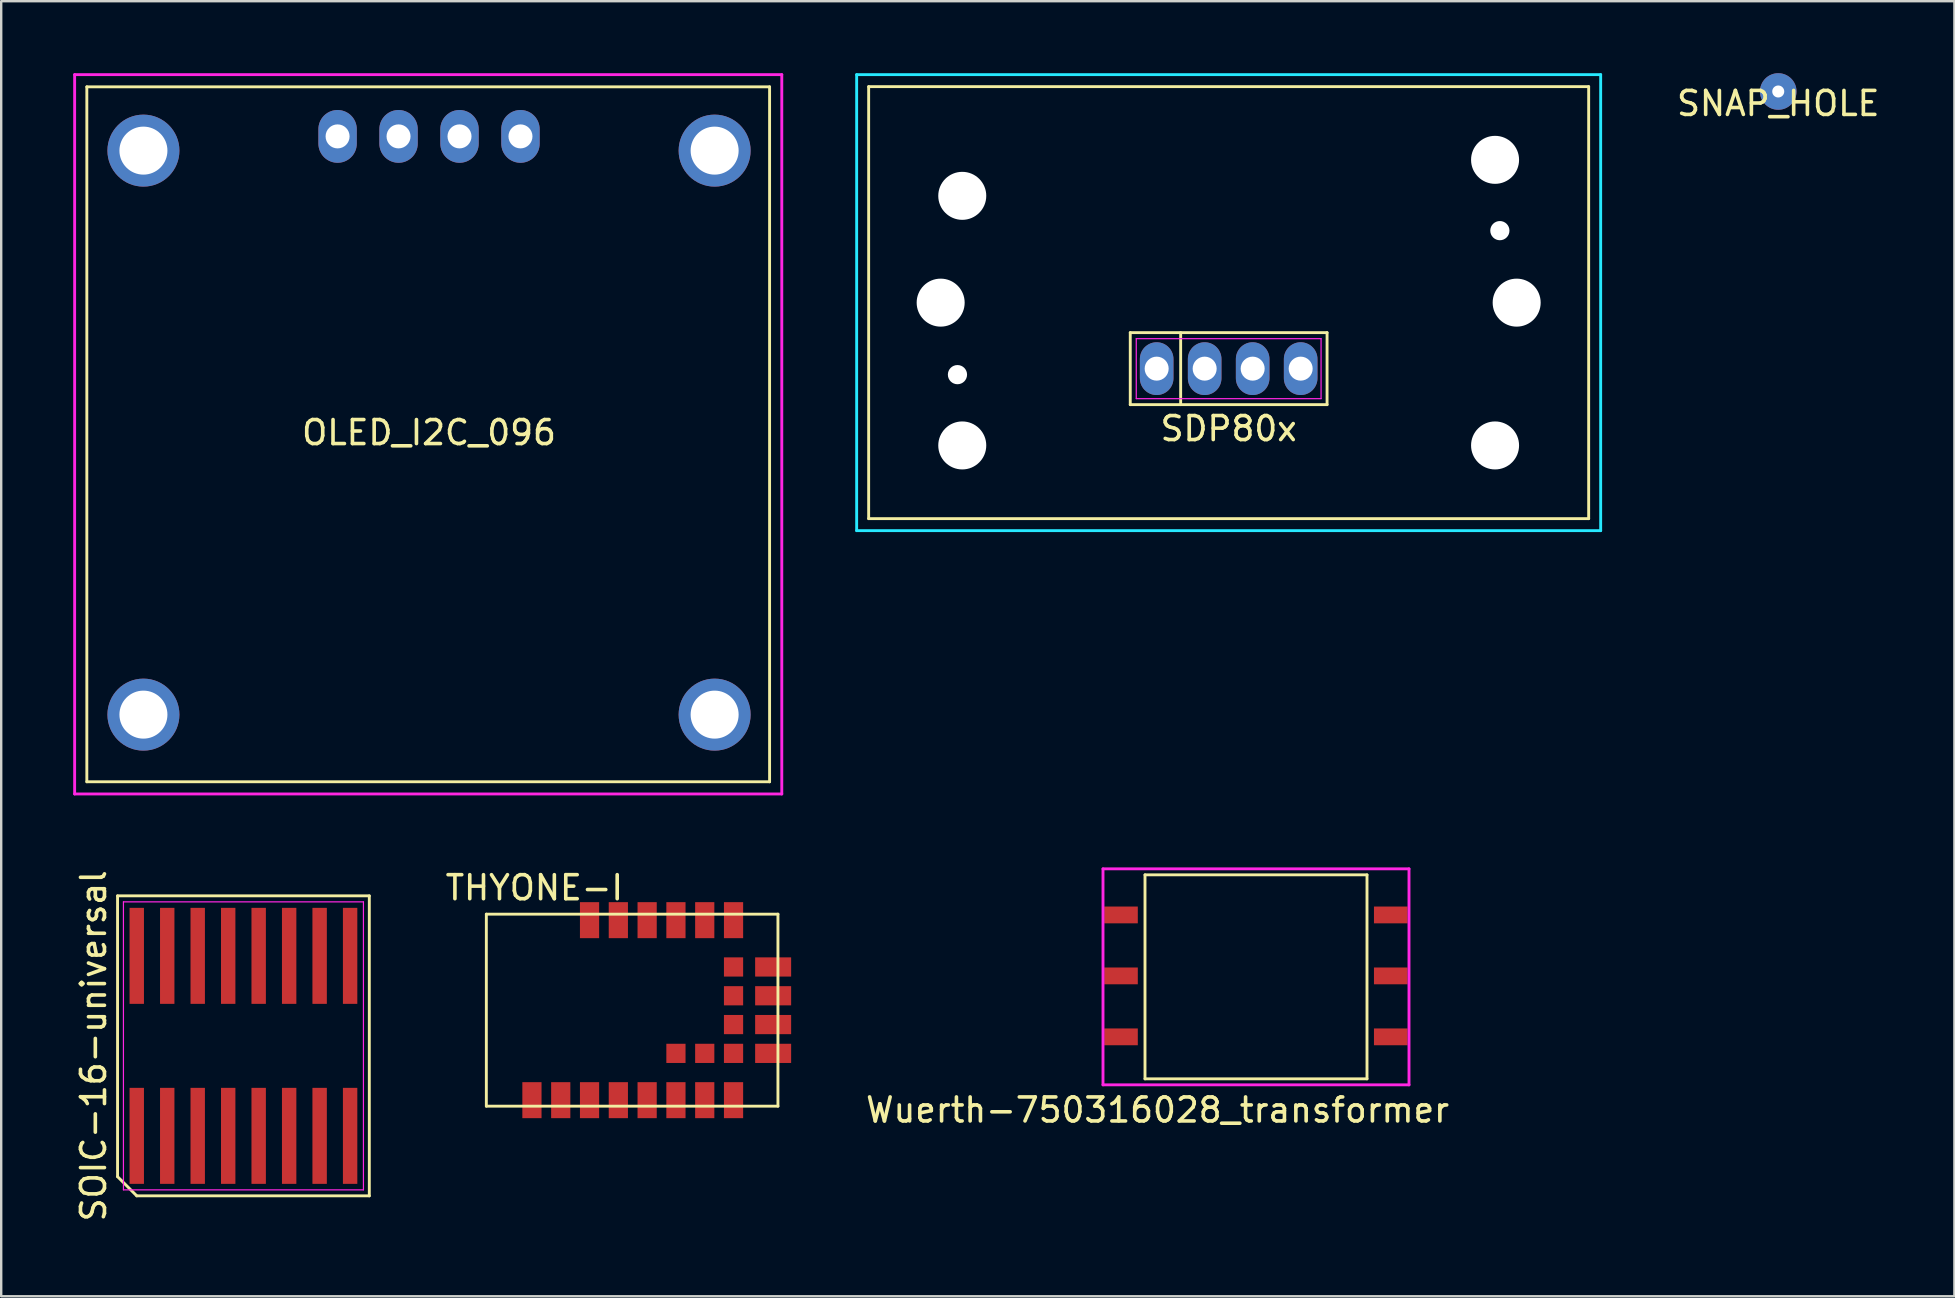
<source format=kicad_pcb>
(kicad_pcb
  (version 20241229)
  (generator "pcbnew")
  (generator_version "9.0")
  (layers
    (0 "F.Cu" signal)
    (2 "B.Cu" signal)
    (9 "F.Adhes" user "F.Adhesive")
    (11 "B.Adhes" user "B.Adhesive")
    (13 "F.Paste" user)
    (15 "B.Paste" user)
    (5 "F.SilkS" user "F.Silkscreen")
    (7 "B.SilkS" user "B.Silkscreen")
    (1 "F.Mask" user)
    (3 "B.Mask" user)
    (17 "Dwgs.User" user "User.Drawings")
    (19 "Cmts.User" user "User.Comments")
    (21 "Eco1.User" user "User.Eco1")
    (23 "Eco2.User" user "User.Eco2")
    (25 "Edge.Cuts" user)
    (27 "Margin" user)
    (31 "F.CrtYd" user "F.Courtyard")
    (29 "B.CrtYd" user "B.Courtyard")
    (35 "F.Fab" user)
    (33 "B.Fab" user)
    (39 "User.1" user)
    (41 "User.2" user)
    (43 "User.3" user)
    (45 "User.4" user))
  (footprint "OLED_I2C_096"
    (layer "F.Cu")
    (at 14.826 14.976)
    (property "Reference" "OLED_I2C_096" (at 0 0 0) (layer "F.SilkS") (effects (font (size 1 1) (thickness 0.15))))
    (attr through_hole)
    (fp_line (start -14.258 -14.408) (end 14.19 -14.408) (stroke (width 0.12) (type solid)) (layer "F.SilkS"))
    (fp_line (start -14.258 14.548) (end -14.258 -14.408) (stroke (width 0.12) (type solid)) (layer "F.SilkS"))
    (fp_line (start 14.19 -14.408) (end 14.19 14.548) (stroke (width 0.12) (type solid)) (layer "F.SilkS"))
    (fp_line (start 14.19 14.548) (end -14.258 14.548) (stroke (width 0.12) (type solid)) (layer "F.SilkS"))
    (fp_line (start -14.766 -14.916) (end 14.698 -14.916) (stroke (width 0.12) (type solid)) (layer "F.CrtYd"))
    (fp_line (start -14.766 15.056) (end -14.766 -14.916) (stroke (width 0.12) (type solid)) (layer "F.CrtYd"))
    (fp_line (start -14.766 15.056) (end 14.698 15.056) (stroke (width 0.12) (type solid)) (layer "F.CrtYd"))
    (fp_line (start 14.698 15.056) (end 14.698 -14.916) (stroke (width 0.12) (type solid)) (layer "F.CrtYd"))
    (pad "" np_thru_hole circle (at -11.9 -11.75) (size 3 3) (drill 2) (layers "*.Cu" "*.Mask"))
    (pad "" np_thru_hole circle (at -11.9 11.75) (size 3 3) (drill 2) (layers "*.Cu" "*.Mask"))
    (pad "" np_thru_hole circle (at 11.9 -11.75) (size 3 3) (drill 2) (layers "*.Cu" "*.Mask"))
    (pad "" np_thru_hole circle (at 11.9 11.75) (size 3 3) (drill 2) (layers "*.Cu" "*.Mask"))
    (pad "1" thru_hole oval (at -3.81 -12.343) (size 1.6 2.2) (drill 1) (layers "*.Cu" "*.Mask"))
    (pad "2" thru_hole oval (at -1.27 -12.343) (size 1.6 2.2) (drill 1) (layers "*.Cu" "*.Mask"))
    (pad "3" thru_hole oval (at 1.27 -12.343) (size 1.6 2.2) (drill 1) (layers "*.Cu" "*.Mask"))
    (pad "4" thru_hole oval (at 3.81 -12.343) (size 1.6 2.2) (drill 1) (layers "*.Cu" "*.Mask")))
  (footprint "THYONE-I"
    (layer "F.Cu")
    (at 19.114 43.04)
    (property "Reference" "THYONE-I" (at 0.1 -9.1 0) (layer "F.SilkS") (effects (font (size 1 1) (thickness 0.15))))
    (attr through_hole)
    (fp_line (start -1.9 -8) (end -1.9 0) (stroke (width 0.12) (type solid)) (layer "F.SilkS"))
    (fp_line (start -1.9 0) (end 10.25 0) (stroke (width 0.12) (type solid)) (layer "F.SilkS"))
    (fp_line (start 10.25 -8) (end -1.9 -8) (stroke (width 0.12) (type solid)) (layer "F.SilkS"))
    (fp_line (start 10.25 0) (end 10.25 -8) (stroke (width 0.12) (type solid)) (layer "F.SilkS"))
    (pad "1" smd rect (at 0 -0.25) (size 0.8 1.5) (layers "F.Cu" "F.Mask" "F.Paste"))
    (pad "2" smd rect (at 1.2 -0.25) (size 0.8 1.5) (layers "F.Cu" "F.Mask" "F.Paste"))
    (pad "3" smd rect (at 2.4 -0.25) (size 0.8 1.5) (layers "F.Cu" "F.Mask" "F.Paste"))
    (pad "4" smd rect (at 3.6 -0.25) (size 0.8 1.5) (layers "F.Cu" "F.Mask" "F.Paste"))
    (pad "5" smd rect (at 4.8 -0.25) (size 0.8 1.5) (layers "F.Cu" "F.Mask" "F.Paste"))
    (pad "6" smd rect (at 6 -0.25) (size 0.8 1.5) (layers "F.Cu" "F.Mask" "F.Paste"))
    (pad "7" smd rect (at 7.2 -0.25) (size 0.8 1.5) (layers "F.Cu" "F.Mask" "F.Paste"))
    (pad "8" smd rect (at 8.4 -0.25) (size 0.8 1.5) (layers "F.Cu" "F.Mask" "F.Paste"))
    (pad "9" smd rect (at 10.05 -2.2 270) (size 0.8 1.5) (layers "F.Cu" "F.Mask" "F.Paste"))
    (pad "10" smd rect (at 10.05 -3.4 270) (size 0.8 1.5) (layers "F.Cu" "F.Mask" "F.Paste"))
    (pad "11" smd rect (at 10.05 -4.6 270) (size 0.8 1.5) (layers "F.Cu" "F.Mask" "F.Paste"))
    (pad "12" smd rect (at 10.05 -5.8 270) (size 0.8 1.5) (layers "F.Cu" "F.Mask" "F.Paste"))
    (pad "13" smd rect (at 8.4 -7.75) (size 0.8 1.5) (layers "F.Cu" "F.Mask" "F.Paste"))
    (pad "14" smd rect (at 7.2 -7.75) (size 0.8 1.5) (layers "F.Cu" "F.Mask" "F.Paste"))
    (pad "15" smd rect (at 6 -7.75) (size 0.8 1.5) (layers "F.Cu" "F.Mask" "F.Paste"))
    (pad "16" smd rect (at 4.8 -7.75) (size 0.8 1.5) (layers "F.Cu" "F.Mask" "F.Paste"))
    (pad "17" smd rect (at 3.6 -7.75) (size 0.8 1.5) (layers "F.Cu" "F.Mask" "F.Paste"))
    (pad "18" smd rect (at 2.4 -7.75) (size 0.8 1.5) (layers "F.Cu" "F.Mask" "F.Paste"))
    (pad "19" smd rect (at 8.4 -5.8) (size 0.8 0.8) (layers "F.Cu" "F.Mask" "F.Paste"))
    (pad "B1" smd rect (at 6 -2.2) (size 0.8 0.8) (layers "F.Cu" "F.Mask" "F.Paste"))
    (pad "B2" smd rect (at 7.2 -2.2) (size 0.8 0.8) (layers "F.Cu" "F.Mask" "F.Paste"))
    (pad "B3" smd rect (at 8.4 -2.2) (size 0.8 0.8) (layers "F.Cu" "F.Mask" "F.Paste"))
    (pad "B4" smd rect (at 8.4 -3.4) (size 0.8 0.8) (layers "F.Cu" "F.Mask" "F.Paste"))
    (pad "B5" smd rect (at 8.4 -4.6) (size 0.8 0.8) (layers "F.Cu" "F.Mask" "F.Paste")))
  (footprint "SOIC-16-universal"
    (layer "F.Cu")
    (at 7.093 40.527)
    (property "Reference" "SOIC-16-universal" (at -6.245 0 90) (layer "F.SilkS") (effects (font (size 1 1) (thickness 0.15))))
    (attr smd)
    (fp_line (start -5.245 -6.25) (end 5.245 -6.25) (stroke (width 0.12) (type solid)) (layer "F.SilkS"))
    (fp_line (start -5.245 5.45) (end -5.245 -6.25) (stroke (width 0.12) (type solid)) (layer "F.SilkS"))
    (fp_line (start -4.445 6.25) (end -5.245 5.45) (stroke (width 0.12) (type solid)) (layer "F.SilkS"))
    (fp_line (start 5.245 -6.25) (end 5.245 6.25) (stroke (width 0.12) (type solid)) (layer "F.SilkS"))
    (fp_line (start 5.245 6.25) (end -4.445 6.25) (stroke (width 0.12) (type solid)) (layer "F.SilkS"))
    (fp_line (start -5 -6) (end 5 -6) (stroke (width 0.05) (type solid)) (layer "F.CrtYd"))
    (fp_line (start -5 6) (end -5 -6) (stroke (width 0.05) (type solid)) (layer "F.CrtYd"))
    (fp_line (start 5 -6) (end 5 6) (stroke (width 0.05) (type solid)) (layer "F.CrtYd"))
    (fp_line (start 5 6) (end -5 6) (stroke (width 0.05) (type solid)) (layer "F.CrtYd"))
    (pad "1" smd rect (at -4.445 3.75) (size 0.6 4) (layers "F.Cu" "F.Mask" "F.Paste"))
    (pad "2" smd rect (at -3.175 3.75) (size 0.6 4) (layers "F.Cu" "F.Mask" "F.Paste"))
    (pad "3" smd rect (at -1.905 3.75) (size 0.6 4) (layers "F.Cu" "F.Mask" "F.Paste"))
    (pad "4" smd rect (at -0.635 3.75) (size 0.6 4) (layers "F.Cu" "F.Mask" "F.Paste"))
    (pad "5" smd rect (at 0.635 3.75) (size 0.6 4) (layers "F.Cu" "F.Mask" "F.Paste"))
    (pad "6" smd rect (at 1.905 3.75) (size 0.6 4) (layers "F.Cu" "F.Mask" "F.Paste"))
    (pad "7" smd rect (at 3.175 3.75) (size 0.6 4) (layers "F.Cu" "F.Mask" "F.Paste"))
    (pad "8" smd rect (at 4.445 3.75) (size 0.6 4) (layers "F.Cu" "F.Mask" "F.Paste"))
    (pad "9" smd rect (at 4.445 -3.75) (size 0.6 4) (layers "F.Cu" "F.Mask" "F.Paste"))
    (pad "10" smd rect (at 3.175 -3.75) (size 0.6 4) (layers "F.Cu" "F.Mask" "F.Paste"))
    (pad "11" smd rect (at 1.905 -3.75) (size 0.6 4) (layers "F.Cu" "F.Mask" "F.Paste"))
    (pad "12" smd rect (at 0.635 -3.75) (size 0.6 4) (layers "F.Cu" "F.Mask" "F.Paste"))
    (pad "13" smd rect (at -0.635 -3.75) (size 0.6 4) (layers "F.Cu" "F.Mask" "F.Paste"))
    (pad "14" smd rect (at -1.905 -3.75) (size 0.6 4) (layers "F.Cu" "F.Mask" "F.Paste"))
    (pad "15" smd rect (at -3.175 -3.75) (size 0.6 4) (layers "F.Cu" "F.Mask" "F.Paste"))
    (pad "16" smd rect (at -4.445 -3.75) (size 0.6 4) (layers "F.Cu" "F.Mask" "F.Paste")))
  (footprint "SNAP_HOLE"
    (layer "F.Cu")
    (at 71.043 0.762)
    (property "Reference" "SNAP_HOLE" (at 0 0.5 0) (layer "F.SilkS") (effects (font (size 1 1) (thickness 0.15))))
    (attr through_hole)
    (pad "" np_thru_hole circle (at 0 0) (size 1.524 1.524) (drill 0.5) (layers "*.Cu" "*.Mask")))
  (footprint "SDP80x"
    (layer "F.Cu")
    (at 48.144 9.56)
    (property "Reference" "SDP80x" (at 0 5.25 0) (layer "F.SilkS") (effects (font (size 1 1) (thickness 0.15))))
    (attr through_hole)
    (fp_line (start -15 -9) (end 15 -9) (stroke (width 0.12) (type solid)) (layer "F.SilkS"))
    (fp_line (start -15 9) (end -15 -9) (stroke (width 0.12) (type solid)) (layer "F.SilkS"))
    (fp_line (start -4.1 1.25) (end 4.1 1.25) (stroke (width 0.12) (type solid)) (layer "F.SilkS"))
    (fp_line (start -4.1 4.25) (end -4.1 1.25) (stroke (width 0.12) (type solid)) (layer "F.SilkS"))
    (fp_line (start -2 1.25) (end -2 4.25) (stroke (width 0.12) (type solid)) (layer "F.SilkS"))
    (fp_line (start 4.1 1.25) (end 4.1 4.25) (stroke (width 0.12) (type solid)) (layer "F.SilkS"))
    (fp_line (start 4.1 4.25) (end -4.1 4.25) (stroke (width 0.12) (type solid)) (layer "F.SilkS"))
    (fp_line (start 15 -9) (end 15 9) (stroke (width 0.12) (type solid)) (layer "F.SilkS"))
    (fp_line (start 15 9) (end -15 9) (stroke (width 0.12) (type solid)) (layer "F.SilkS"))
    (fp_line (start -15.5 -9.5) (end 15.5 -9.5) (stroke (width 0.12) (type solid)) (layer "B.CrtYd"))
    (fp_line (start -15.5 9.5) (end -15.5 -9.5) (stroke (width 0.12) (type solid)) (layer "B.CrtYd"))
    (fp_line (start 15.5 -9.5) (end 15.5 9.5) (stroke (width 0.12) (type solid)) (layer "B.CrtYd"))
    (fp_line (start 15.5 9.5) (end -15.5 9.5) (stroke (width 0.12) (type solid)) (layer "B.CrtYd"))
    (fp_line (start -3.85 1.5) (end 3.85 1.5) (stroke (width 0.05) (type solid)) (layer "F.CrtYd"))
    (fp_line (start -3.85 4) (end -3.85 1.5) (stroke (width 0.05) (type solid)) (layer "F.CrtYd"))
    (fp_line (start 3.85 1.5) (end 3.85 4) (stroke (width 0.05) (type solid)) (layer "F.CrtYd"))
    (fp_line (start 3.85 4) (end -3.85 4) (stroke (width 0.05) (type solid)) (layer "F.CrtYd"))
    (pad "" np_thru_hole circle (at -12 0) (size 2 2) (drill 2) (layers "*.Cu" "*.Mask"))
    (pad "" np_thru_hole circle (at -11.3 3) (size 0.8 0.8) (drill 0.8) (layers "*.Cu" "*.Mask"))
    (pad "" np_thru_hole circle (at -11.1 -4.45) (size 2 2) (drill 2) (layers "*.Cu" "*.Mask"))
    (pad "" np_thru_hole circle (at -11.1 5.95) (size 2 2) (drill 2) (layers "*.Cu" "*.Mask"))
    (pad "" np_thru_hole circle (at 11.1 -5.95) (size 2 2) (drill 2) (layers "*.Cu" "*.Mask"))
    (pad "" np_thru_hole circle (at 11.1 5.95) (size 2 2) (drill 2) (layers "*.Cu" "*.Mask"))
    (pad "" np_thru_hole circle (at 11.3 -3) (size 0.8 0.8) (drill 0.8) (layers "*.Cu" "*.Mask"))
    (pad "" np_thru_hole circle (at 11.3 5.75) (size 0.8 0.8) (drill 0.8) (layers "*.Cu" "*.Mask"))
    (pad "" np_thru_hole circle (at 12 0) (size 2 2) (drill 2) (layers "*.Cu" "*.Mask"))
    (pad "1" thru_hole oval (at -3 2.75) (size 1.4 2.2) (drill 1) (layers "*.Cu" "*.Mask"))
    (pad "2" thru_hole oval (at -1 2.75) (size 1.4 2.2) (drill 1) (layers "*.Cu" "*.Mask"))
    (pad "3" thru_hole oval (at 1 2.75) (size 1.4 2.2) (drill 1) (layers "*.Cu" "*.Mask"))
    (pad "4" thru_hole oval (at 3 2.75) (size 1.4 2.2) (drill 1) (layers "*.Cu" "*.Mask")))
  (footprint "Wuerth-750316028_transformer"
    (layer "F.Cu")
    (at 43.658 40.152)
    (property "Reference" "Wuerth-750316028_transformer" (at 1.524 3.048 0) (layer "F.SilkS") (effects (font (size 1 1) (thickness 0.15))))
    (attr through_hole)
    (fp_line (start 1 -6.75) (end 1 1.75) (stroke (width 0.12) (type solid)) (layer "F.SilkS"))
    (fp_line (start 1 -6.75) (end 10.25 -6.75) (stroke (width 0.12) (type solid)) (layer "F.SilkS"))
    (fp_line (start 10.25 -6.75) (end 10.25 1.75) (stroke (width 0.12) (type solid)) (layer "F.SilkS"))
    (fp_line (start 10.25 1.75) (end 1 1.75) (stroke (width 0.12) (type solid)) (layer "F.SilkS"))
    (fp_line (start -0.75 -7) (end 12 -7) (stroke (width 0.12) (type solid)) (layer "F.CrtYd"))
    (fp_line (start -0.75 2) (end -0.75 -7) (stroke (width 0.12) (type solid)) (layer "F.CrtYd"))
    (fp_line (start 12 -7) (end 12 2) (stroke (width 0.12) (type solid)) (layer "F.CrtYd"))
    (fp_line (start 12 2) (end -0.75 2) (stroke (width 0.12) (type solid)) (layer "F.CrtYd"))
    (pad "1" smd rect (at 11.24 -5.08) (size 1.4 0.7) (layers "F.Cu" "F.Mask" "F.Paste"))
    (pad "2" smd rect (at 11.24 -2.54) (size 1.4 0.7) (layers "F.Cu" "F.Mask" "F.Paste"))
    (pad "3" smd rect (at 11.24 0) (size 1.4 0.7) (layers "F.Cu" "F.Mask" "F.Paste"))
    (pad "4" smd rect (at 0 0) (size 1.4 0.7) (layers "F.Cu" "F.Mask" "F.Paste"))
    (pad "5" smd rect (at 0 -2.54) (size 1.4 0.7) (layers "F.Cu" "F.Mask" "F.Paste"))
    (pad "6" smd rect (at 0 -5.08) (size 1.4 0.7) (layers "F.Cu" "F.Mask" "F.Paste")))
  (gr_rect
    (start -3 -3)
    (end 78.383 50.961)
    (stroke (width 0.1) (type default))
    (fill no)
    (layer "Edge.Cuts")))
</source>
